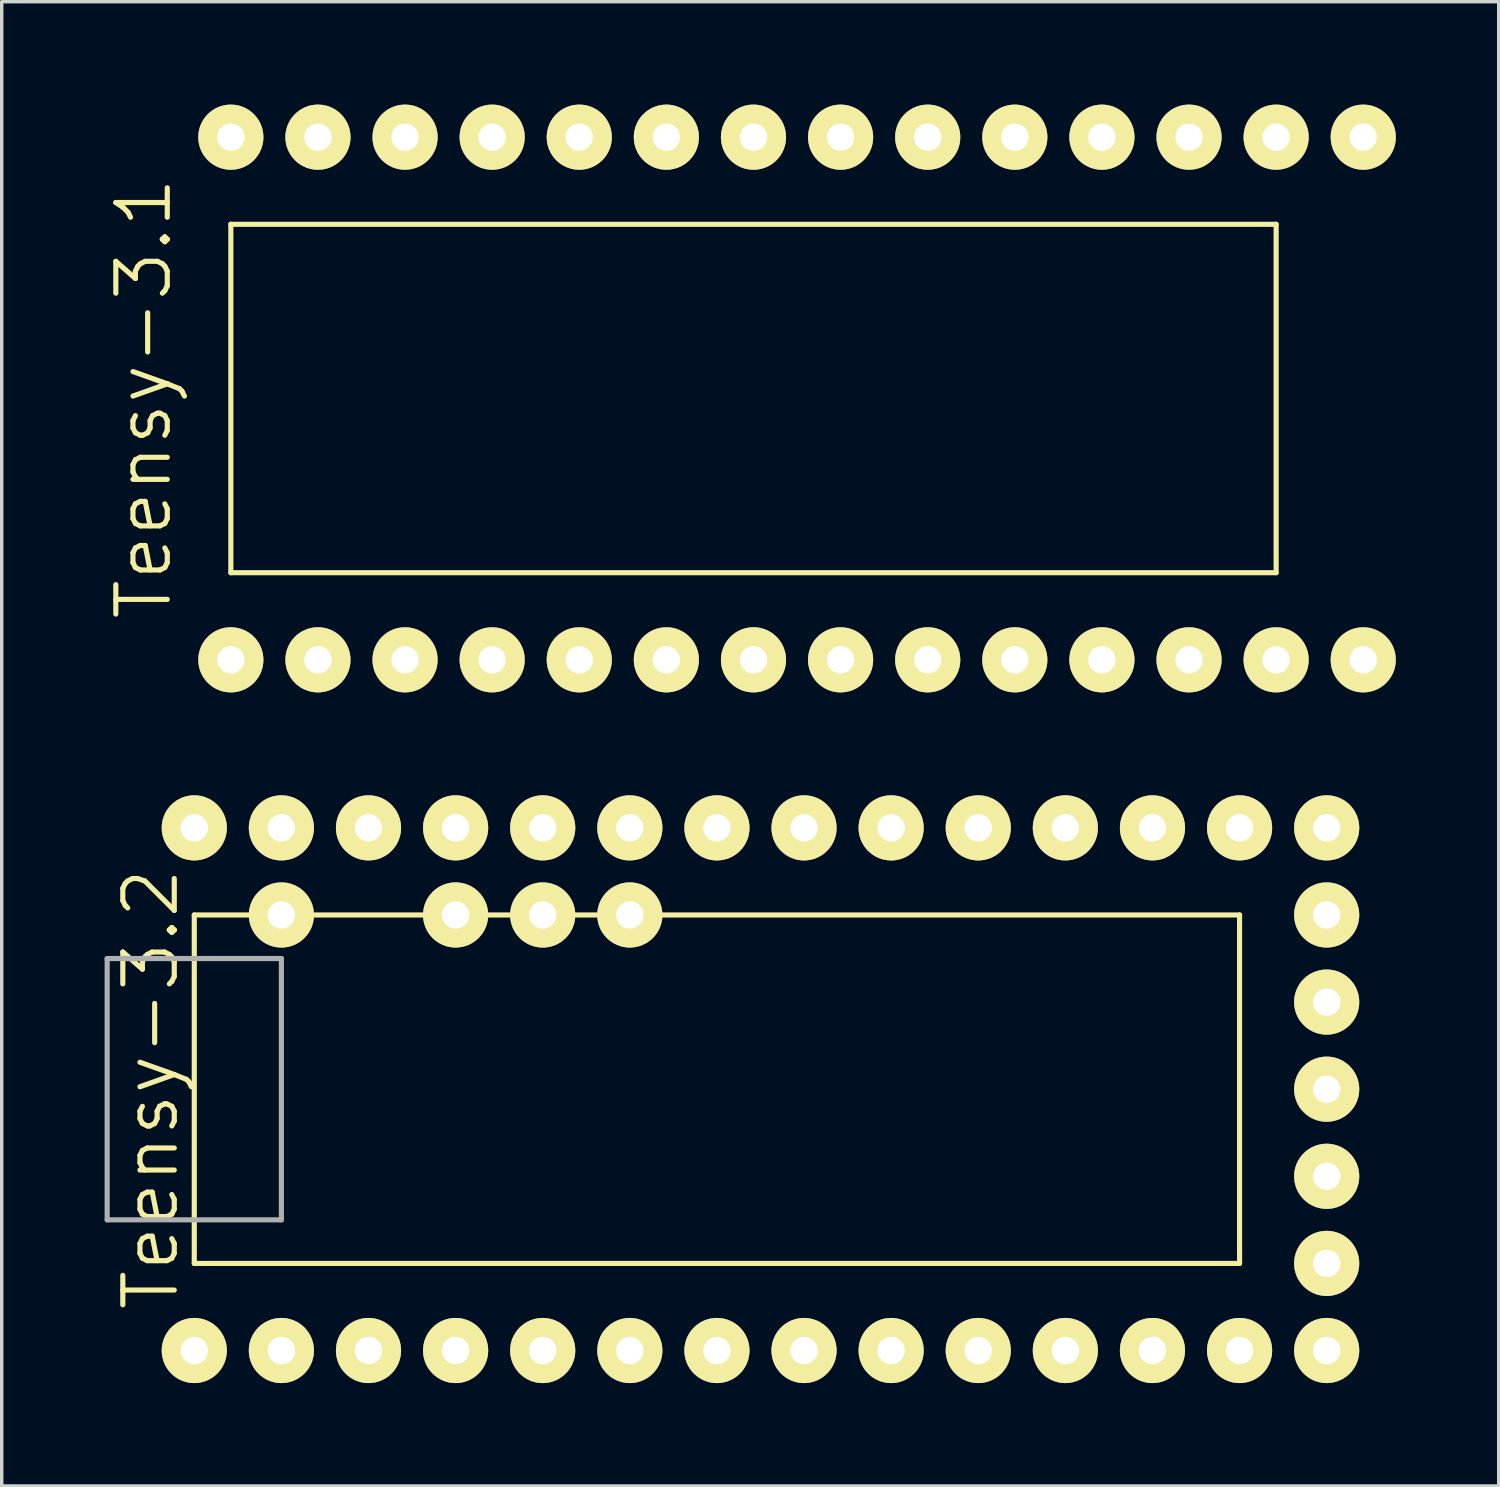
<source format=kicad_pcb>
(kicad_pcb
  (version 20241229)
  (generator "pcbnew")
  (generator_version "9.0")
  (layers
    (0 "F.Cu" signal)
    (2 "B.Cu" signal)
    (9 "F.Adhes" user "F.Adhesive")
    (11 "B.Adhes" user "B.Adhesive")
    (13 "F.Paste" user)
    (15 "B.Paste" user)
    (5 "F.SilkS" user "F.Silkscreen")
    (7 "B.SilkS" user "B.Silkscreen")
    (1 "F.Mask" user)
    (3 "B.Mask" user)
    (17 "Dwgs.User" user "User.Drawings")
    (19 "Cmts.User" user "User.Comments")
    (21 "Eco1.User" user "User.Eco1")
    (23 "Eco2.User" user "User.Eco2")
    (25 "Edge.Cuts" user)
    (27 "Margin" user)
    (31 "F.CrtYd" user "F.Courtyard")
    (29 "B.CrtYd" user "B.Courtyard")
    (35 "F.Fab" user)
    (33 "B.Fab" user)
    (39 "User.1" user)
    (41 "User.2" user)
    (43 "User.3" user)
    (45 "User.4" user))
  (footprint "Teensy-3.2"
    (layer "F.Cu")
    (at 5.155 36.33)
    (property "Reference" "Teensy-3.2" (at -3.81 -7.62 90) (layer "F.SilkS") (effects (font (size 1.5 1.5) (thickness 0.15))))
    (attr through_hole)
    (fp_line (start -2.54 -12.7) (end 27.94 -12.7) (stroke (width 0.15) (type solid)) (layer "F.SilkS"))
    (fp_line (start -2.54 -2.54) (end -2.54 -12.7) (stroke (width 0.15) (type solid)) (layer "F.SilkS"))
    (fp_line (start 27.94 -12.7) (end 27.94 -2.54) (stroke (width 0.15) (type solid)) (layer "F.SilkS"))
    (fp_line (start 27.94 -2.54) (end -2.54 -2.54) (stroke (width 0.15) (type solid)) (layer "F.SilkS"))
    (fp_line (start -5.08 -11.43) (end 0 -11.43) (stroke (width 0.15) (type solid)) (layer "F.Fab"))
    (fp_line (start -5.08 -3.81) (end -5.08 -11.43) (stroke (width 0.15) (type solid)) (layer "F.Fab"))
    (fp_line (start 0 -11.43) (end 0 -3.81) (stroke (width 0.15) (type solid)) (layer "F.Fab"))
    (fp_line (start 0 -3.81) (end -5.08 -3.81) (stroke (width 0.15) (type solid)) (layer "F.Fab"))
    (pad "0" thru_hole circle (at 0 0) (size 1.9 1.9) (drill 0.8) (layers "*.Cu" "*.Mask" "F.SilkS"))
    (pad "1" thru_hole circle (at 2.54 0) (size 1.9 1.9) (drill 0.8) (layers "*.Cu" "*.Mask" "F.SilkS"))
    (pad "2" thru_hole circle (at 5.08 0) (size 1.9 1.9) (drill 0.8) (layers "*.Cu" "*.Mask" "F.SilkS"))
    (pad "3" thru_hole circle (at 7.62 0) (size 1.9 1.9) (drill 0.8) (layers "*.Cu" "*.Mask" "F.SilkS"))
    (pad "3v3" thru_hole circle (at 2.54 -15.24) (size 1.9 1.9) (drill 0.8) (layers "*.Cu" "*.Mask" "F.SilkS"))
    (pad "3v3" thru_hole circle (at 30.48 -5.08) (size 1.9 1.9) (drill 0.8) (layers "*.Cu" "*.Mask" "F.SilkS"))
    (pad "4" thru_hole circle (at 10.16 0) (size 1.9 1.9) (drill 0.8) (layers "*.Cu" "*.Mask" "F.SilkS"))
    (pad "5" thru_hole circle (at 12.7 0) (size 1.9 1.9) (drill 0.8) (layers "*.Cu" "*.Mask" "F.SilkS"))
    (pad "6" thru_hole circle (at 15.24 0) (size 1.9 1.9) (drill 0.8) (layers "*.Cu" "*.Mask" "F.SilkS"))
    (pad "7" thru_hole circle (at 17.78 0) (size 1.9 1.9) (drill 0.8) (layers "*.Cu" "*.Mask" "F.SilkS"))
    (pad "8" thru_hole circle (at 20.32 0) (size 1.9 1.9) (drill 0.8) (layers "*.Cu" "*.Mask" "F.SilkS"))
    (pad "9" thru_hole circle (at 22.86 0) (size 1.9 1.9) (drill 0.8) (layers "*.Cu" "*.Mask" "F.SilkS"))
    (pad "10" thru_hole circle (at 25.4 0) (size 1.9 1.9) (drill 0.8) (layers "*.Cu" "*.Mask" "F.SilkS"))
    (pad "11" thru_hole circle (at 27.94 0) (size 1.9 1.9) (drill 0.8) (layers "*.Cu" "*.Mask" "F.SilkS"))
    (pad "12" thru_hole circle (at 30.48 0) (size 1.9 1.9) (drill 0.8) (layers "*.Cu" "*.Mask" "F.SilkS"))
    (pad "13" thru_hole circle (at 30.48 -15.24) (size 1.9 1.9) (drill 0.8) (layers "*.Cu" "*.Mask" "F.SilkS"))
    (pad "14" thru_hole circle (at 27.94 -15.24) (size 1.9 1.9) (drill 0.8) (layers "*.Cu" "*.Mask" "F.SilkS"))
    (pad "15" thru_hole circle (at 25.4 -15.24) (size 1.9 1.9) (drill 0.8) (layers "*.Cu" "*.Mask" "F.SilkS"))
    (pad "16" thru_hole circle (at 22.86 -15.24) (size 1.9 1.9) (drill 0.8) (layers "*.Cu" "*.Mask" "F.SilkS"))
    (pad "17" thru_hole circle (at 20.32 -15.24) (size 1.9 1.9) (drill 0.8) (layers "*.Cu" "*.Mask" "F.SilkS"))
    (pad "18" thru_hole circle (at 17.78 -15.24) (size 1.9 1.9) (drill 0.8) (layers "*.Cu" "*.Mask" "F.SilkS"))
    (pad "19" thru_hole circle (at 15.24 -15.24) (size 1.9 1.9) (drill 0.8) (layers "*.Cu" "*.Mask" "F.SilkS"))
    (pad "20" thru_hole circle (at 12.7 -15.24) (size 1.9 1.9) (drill 0.8) (layers "*.Cu" "*.Mask" "F.SilkS"))
    (pad "21" thru_hole circle (at 10.16 -15.24) (size 1.9 1.9) (drill 0.8) (layers "*.Cu" "*.Mask" "F.SilkS"))
    (pad "22" thru_hole circle (at 7.62 -15.24) (size 1.9 1.9) (drill 0.8) (layers "*.Cu" "*.Mask" "F.SilkS"))
    (pad "23" thru_hole circle (at 5.08 -15.24) (size 1.9 1.9) (drill 0.8) (layers "*.Cu" "*.Mask" "F.SilkS"))
    (pad "A10" thru_hole circle (at 7.62 -12.7) (size 1.9 1.9) (drill 0.8) (layers "*.Cu" "*.Mask" "F.SilkS"))
    (pad "A11" thru_hole circle (at 10.16 -12.7) (size 1.9 1.9) (drill 0.8) (layers "*.Cu" "*.Mask" "F.SilkS"))
    (pad "A14" thru_hole circle (at 30.48 -12.7) (size 1.9 1.9) (drill 0.8) (layers "*.Cu" "*.Mask" "F.SilkS"))
    (pad "AGND" thru_hole circle (at 0 -15.24) (size 1.9 1.9) (drill 0.8) (layers "*.Cu" "*.Mask" "F.SilkS"))
    (pad "AREF" thru_hole circle (at 5.08 -12.7) (size 1.9 1.9) (drill 0.8) (layers "*.Cu" "*.Mask" "F.SilkS"))
    (pad "GND" thru_hole circle (at -2.54 0) (size 1.9 1.9) (drill 0.8) (layers "*.Cu" "*.Mask" "F.SilkS"))
    (pad "GND" thru_hole circle (at 30.48 -7.62) (size 1.9 1.9) (drill 0.8) (layers "*.Cu" "*.Mask" "F.SilkS"))
    (pad "PRGM" thru_hole circle (at 30.48 -10.16) (size 1.9 1.9) (drill 0.8) (layers "*.Cu" "*.Mask" "F.SilkS"))
    (pad "VBAT" thru_hole circle (at 30.48 -2.54) (size 1.9 1.9) (drill 0.8) (layers "*.Cu" "*.Mask" "F.SilkS"))
    (pad "VUSB" thru_hole circle (at 0 -12.7) (size 1.9 1.9) (drill 0.8) (layers "*.Cu" "*.Mask" "F.SilkS"))
    (pad "Vin" thru_hole circle (at -2.54 -15.24) (size 1.9 1.9) (drill 0.8) (layers "*.Cu" "*.Mask" "F.SilkS")))
  (footprint "Teensy-3.1"
    (layer "F.Cu")
    (at 6.221 16.19)
    (property "Reference" "Teensy-3.1" (at -5.08 -7.62 90) (layer "F.SilkS") (effects (font (size 1.5 1.5) (thickness 0.15))))
    (attr through_hole)
    (fp_line (start -2.54 -12.7) (end 27.94 -12.7) (stroke (width 0.15) (type solid)) (layer "F.SilkS"))
    (fp_line (start -2.54 -2.54) (end -2.54 -12.7) (stroke (width 0.15) (type solid)) (layer "F.SilkS"))
    (fp_line (start 27.94 -12.7) (end 27.94 -2.54) (stroke (width 0.15) (type solid)) (layer "F.SilkS"))
    (fp_line (start 27.94 -2.54) (end -2.54 -2.54) (stroke (width 0.15) (type solid)) (layer "F.SilkS"))
    (pad "0" thru_hole circle (at 0 0) (size 1.9 1.9) (drill 0.8) (layers "*.Cu" "*.Mask" "F.SilkS"))
    (pad "1" thru_hole circle (at 2.54 0) (size 1.9 1.9) (drill 0.8) (layers "*.Cu" "*.Mask" "F.SilkS"))
    (pad "2" thru_hole circle (at 5.08 0) (size 1.9 1.9) (drill 0.8) (layers "*.Cu" "*.Mask" "F.SilkS"))
    (pad "3" thru_hole circle (at 7.62 0) (size 1.9 1.9) (drill 0.8) (layers "*.Cu" "*.Mask" "F.SilkS"))
    (pad "4" thru_hole circle (at 10.16 0) (size 1.9 1.9) (drill 0.8) (layers "*.Cu" "*.Mask" "F.SilkS"))
    (pad "5" thru_hole circle (at 12.7 0) (size 1.9 1.9) (drill 0.8) (layers "*.Cu" "*.Mask" "F.SilkS"))
    (pad "6" thru_hole circle (at 15.24 0) (size 1.9 1.9) (drill 0.8) (layers "*.Cu" "*.Mask" "F.SilkS"))
    (pad "7" thru_hole circle (at 17.78 0) (size 1.9 1.9) (drill 0.8) (layers "*.Cu" "*.Mask" "F.SilkS"))
    (pad "8" thru_hole circle (at 20.32 0) (size 1.9 1.9) (drill 0.8) (layers "*.Cu" "*.Mask" "F.SilkS"))
    (pad "9" thru_hole circle (at 22.86 0) (size 1.9 1.9) (drill 0.8) (layers "*.Cu" "*.Mask" "F.SilkS"))
    (pad "10" thru_hole circle (at 25.4 0) (size 1.9 1.9) (drill 0.8) (layers "*.Cu" "*.Mask" "F.SilkS"))
    (pad "11" thru_hole circle (at 27.94 0) (size 1.9 1.9) (drill 0.8) (layers "*.Cu" "*.Mask" "F.SilkS"))
    (pad "12" thru_hole circle (at 30.48 0) (size 1.9 1.9) (drill 0.8) (layers "*.Cu" "*.Mask" "F.SilkS"))
    (pad "13" thru_hole circle (at 30.48 -15.24) (size 1.9 1.9) (drill 0.8) (layers "*.Cu" "*.Mask" "F.SilkS"))
    (pad "14" thru_hole circle (at 27.94 -15.24) (size 1.9 1.9) (drill 0.8) (layers "*.Cu" "*.Mask" "F.SilkS"))
    (pad "15" thru_hole circle (at 25.4 -15.24) (size 1.9 1.9) (drill 0.8) (layers "*.Cu" "*.Mask" "F.SilkS"))
    (pad "16" thru_hole circle (at 22.86 -15.24) (size 1.9 1.9) (drill 0.8) (layers "*.Cu" "*.Mask" "F.SilkS"))
    (pad "17" thru_hole circle (at 20.32 -15.24) (size 1.9 1.9) (drill 0.8) (layers "*.Cu" "*.Mask" "F.SilkS"))
    (pad "18" thru_hole circle (at 17.78 -15.24) (size 1.9 1.9) (drill 0.8) (layers "*.Cu" "*.Mask" "F.SilkS"))
    (pad "19" thru_hole circle (at 15.24 -15.24) (size 1.9 1.9) (drill 0.8) (layers "*.Cu" "*.Mask" "F.SilkS"))
    (pad "20" thru_hole circle (at 12.7 -15.24) (size 1.9 1.9) (drill 0.8) (layers "*.Cu" "*.Mask" "F.SilkS"))
    (pad "21" thru_hole circle (at 10.16 -15.24) (size 1.9 1.9) (drill 0.8) (layers "*.Cu" "*.Mask" "F.SilkS"))
    (pad "22" thru_hole circle (at 7.62 -15.24) (size 1.9 1.9) (drill 0.8) (layers "*.Cu" "*.Mask" "F.SilkS"))
    (pad "23" thru_hole circle (at 5.08 -15.24) (size 1.9 1.9) (drill 0.8) (layers "*.Cu" "*.Mask" "F.SilkS"))
    (pad "24" thru_hole circle (at 2.54 -15.24) (size 1.9 1.9) (drill 0.8) (layers "*.Cu" "*.Mask" "F.SilkS"))
    (pad "25" thru_hole circle (at 0 -15.24) (size 1.9 1.9) (drill 0.8) (layers "*.Cu" "*.Mask" "F.SilkS"))
    (pad "26" thru_hole circle (at -2.54 -15.24) (size 1.9 1.9) (drill 0.8) (layers "*.Cu" "*.Mask" "F.SilkS"))
    (pad "27" thru_hole circle (at -2.54 0) (size 1.9 1.9) (drill 0.8) (layers "*.Cu" "*.Mask" "F.SilkS")))
  (gr_rect
    (start -3 -3)
    (end 40.651 40.28)
    (stroke (width 0.1) (type default))
    (fill no)
    (layer "Edge.Cuts")))
</source>
